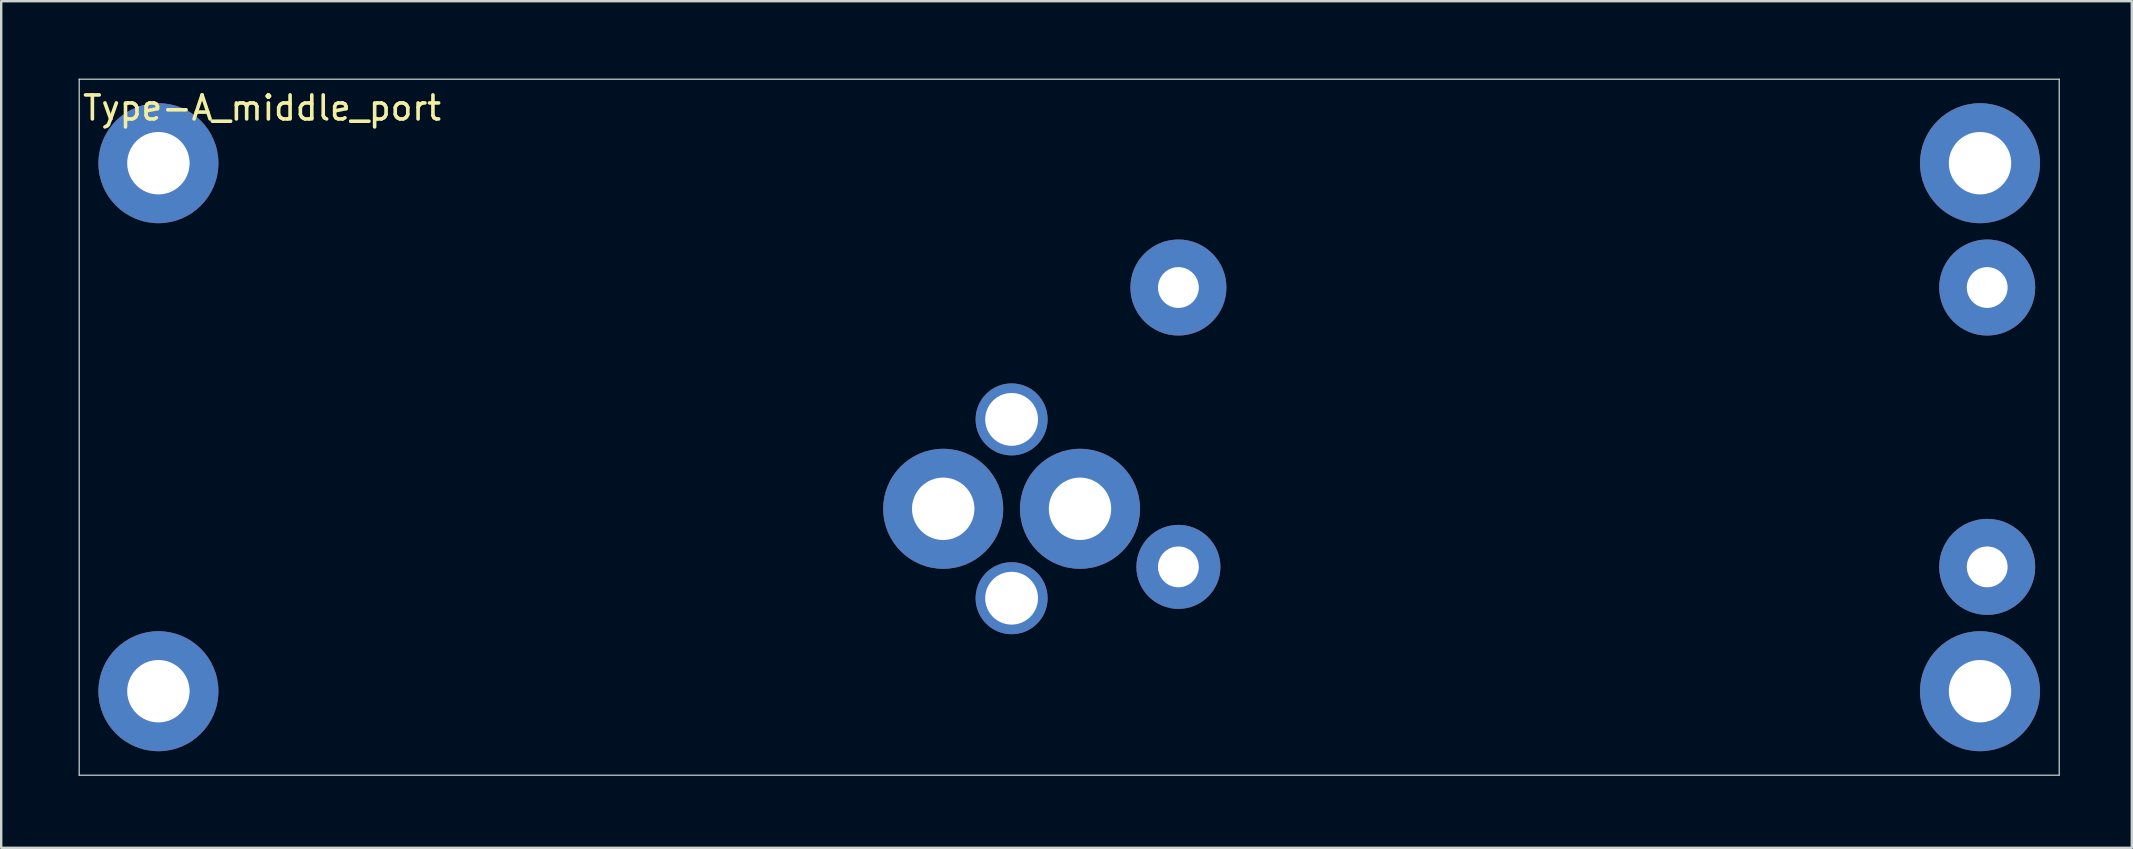
<source format=kicad_pcb>
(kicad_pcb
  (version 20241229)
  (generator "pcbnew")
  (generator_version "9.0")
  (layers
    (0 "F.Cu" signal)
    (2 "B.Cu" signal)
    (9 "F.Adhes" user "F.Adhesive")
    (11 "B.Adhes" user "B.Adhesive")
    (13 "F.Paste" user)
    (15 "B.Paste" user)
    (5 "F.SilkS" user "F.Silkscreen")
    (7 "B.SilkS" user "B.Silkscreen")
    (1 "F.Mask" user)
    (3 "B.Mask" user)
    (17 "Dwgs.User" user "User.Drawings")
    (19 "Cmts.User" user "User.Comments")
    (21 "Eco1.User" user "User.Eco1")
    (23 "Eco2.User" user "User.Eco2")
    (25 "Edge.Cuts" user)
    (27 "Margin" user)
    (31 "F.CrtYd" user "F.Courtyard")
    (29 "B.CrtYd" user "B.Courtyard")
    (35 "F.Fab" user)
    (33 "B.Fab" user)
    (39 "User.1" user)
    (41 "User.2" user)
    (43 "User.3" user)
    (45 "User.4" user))
  (footprint "Type-A_middle_port"
    (layer "F.Cu")
    (at 0.25 0.25)
    (property "Reference" "Type-A_middle_port" (at 7.62 1.2 0) (unlocked yes) (layer "F.SilkS") (effects (font (size 1 1) (thickness 0.15))))
    (attr through_hole)
    (fp_line (start 0 0) (end 82.5 0) (stroke (width 0.05) (type solid)) (layer "Edge.Cuts"))
    (fp_line (start 0 29) (end 0 0) (stroke (width 0.05) (type solid)) (layer "Edge.Cuts"))
    (fp_line (start 82.5 0) (end 82.5 29) (stroke (width 0.05) (type solid)) (layer "Edge.Cuts"))
    (fp_line (start 82.5 29) (end 0 29) (stroke (width 0.05) (type solid)) (layer "Edge.Cuts"))
    (pad "1" thru_hole circle (at 41.7 17.9) (size 5 5) (drill 2.6) (layers "*.Cu" "*.Mask"))
    (pad "2" thru_hole circle (at 36 17.9) (size 5 5) (drill 2.6) (layers "*.Cu" "*.Mask"))
    (pad "3" thru_hole circle (at 38.85 14.175 90) (size 3 3) (drill 2.2) (layers "*.Cu" "*.Mask"))
    (pad "3" thru_hole circle (at 38.85 21.625) (size 3 3) (drill 2.2) (layers "*.Cu" "*.Mask"))
    (pad "3" thru_hole circle (at 45.8 8.68) (size 4 4) (drill 1.7) (layers "*.Cu" "*.Mask"))
    (pad "3" thru_hole circle (at 45.8 20.32) (size 3.5 3.5) (drill 1.7) (layers "*.Cu" "*.Mask"))
    (pad "3" thru_hole circle (at 79.5 8.68) (size 4 4) (drill 1.7) (layers "*.Cu" "*.Mask"))
    (pad "3" thru_hole circle (at 79.5 20.32) (size 4 4) (drill 1.7) (layers "*.Cu" "*.Mask"))
    (pad "4" thru_hole circle (at 3.3 3.5) (size 5 5) (drill 2.6) (layers "*.Cu" "*.Mask"))
    (pad "4" thru_hole circle (at 3.3 25.5) (size 5 5) (drill 2.6) (layers "*.Cu" "*.Mask"))
    (pad "4" thru_hole circle (at 79.2 3.5) (size 5 5) (drill 2.6) (layers "*.Cu" "*.Mask"))
    (pad "4" thru_hole circle (at 79.2 25.5) (size 5 5) (drill 2.6) (layers "*.Cu" "*.Mask")))
  (gr_rect
    (start -3 -3)
    (end 85.775 32.275)
    (stroke (width 0.1) (type default))
    (fill no)
    (layer "Edge.Cuts")))
</source>
